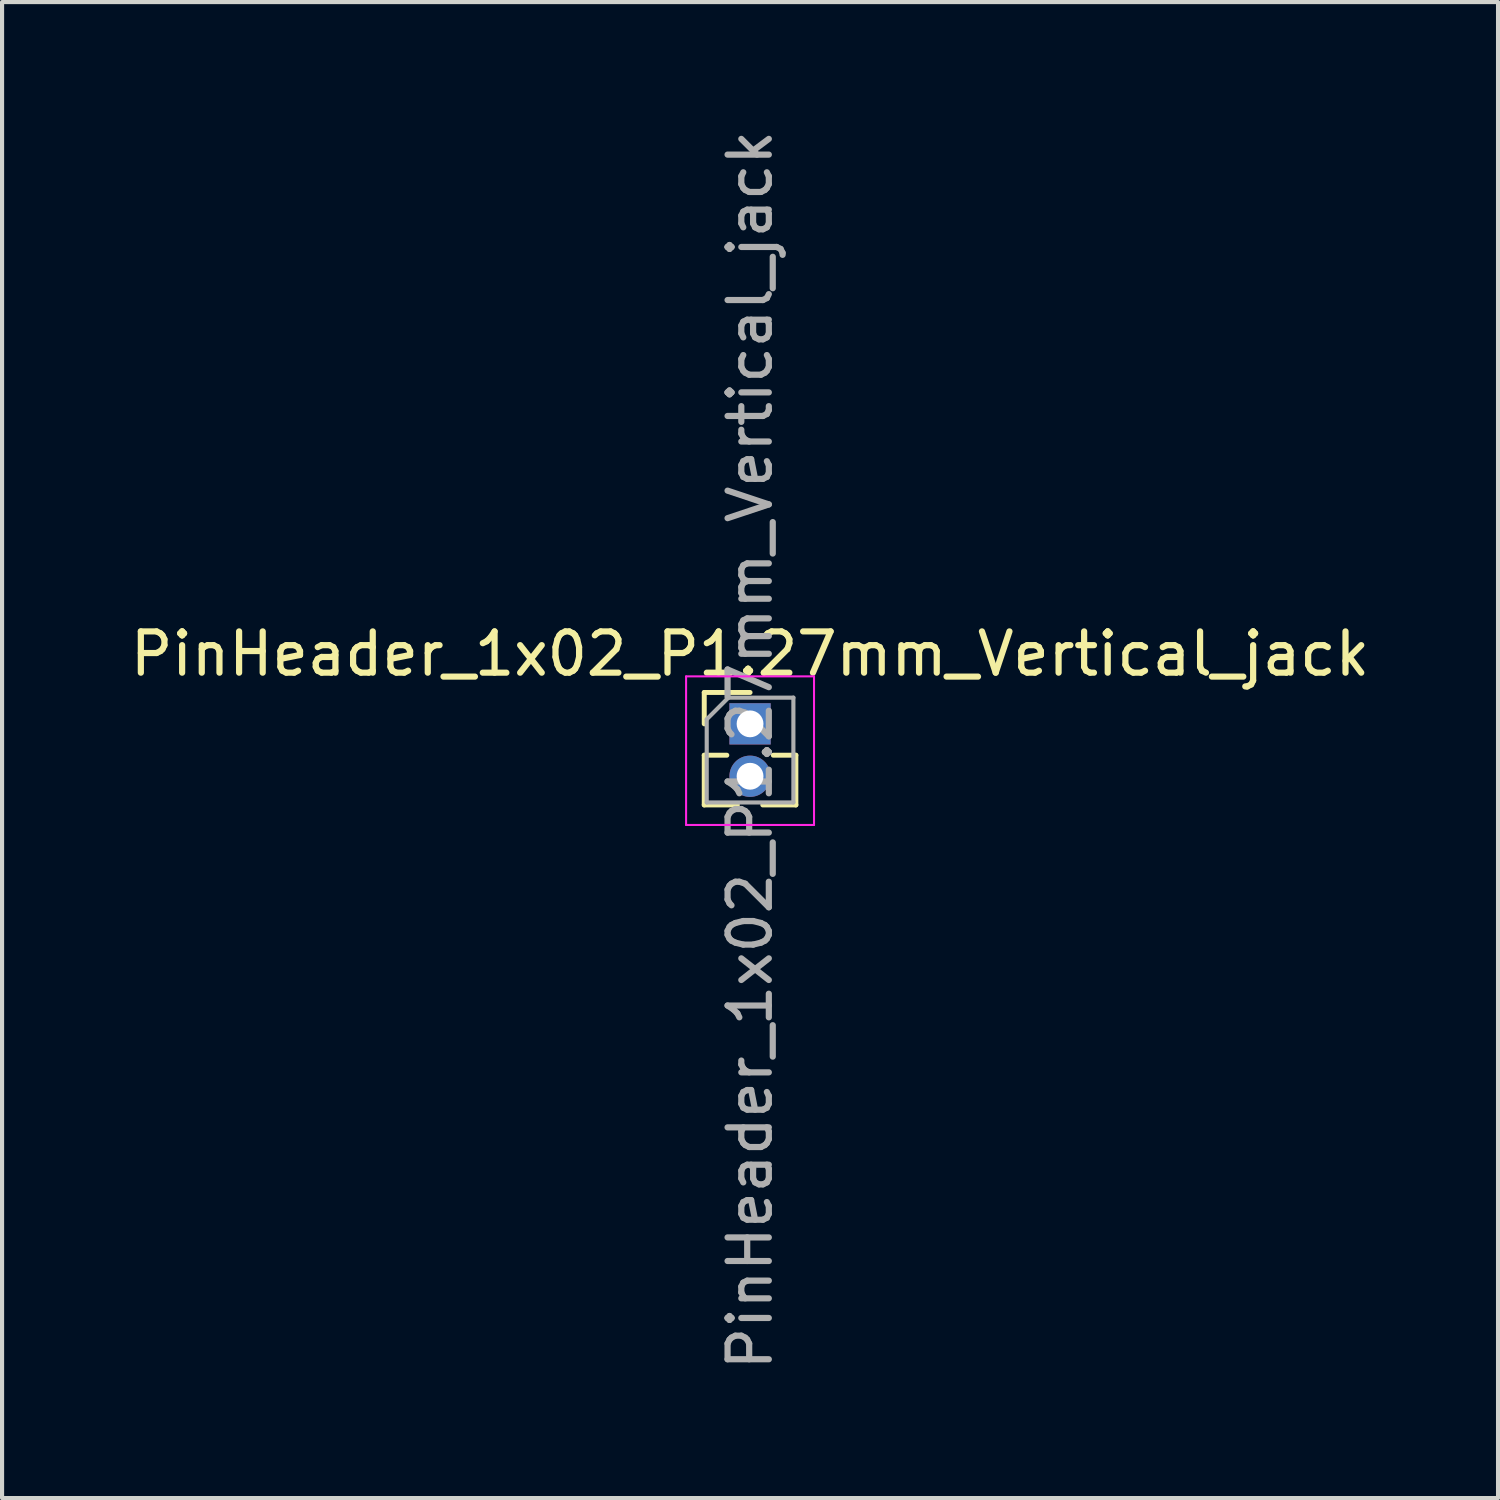
<source format=kicad_pcb>
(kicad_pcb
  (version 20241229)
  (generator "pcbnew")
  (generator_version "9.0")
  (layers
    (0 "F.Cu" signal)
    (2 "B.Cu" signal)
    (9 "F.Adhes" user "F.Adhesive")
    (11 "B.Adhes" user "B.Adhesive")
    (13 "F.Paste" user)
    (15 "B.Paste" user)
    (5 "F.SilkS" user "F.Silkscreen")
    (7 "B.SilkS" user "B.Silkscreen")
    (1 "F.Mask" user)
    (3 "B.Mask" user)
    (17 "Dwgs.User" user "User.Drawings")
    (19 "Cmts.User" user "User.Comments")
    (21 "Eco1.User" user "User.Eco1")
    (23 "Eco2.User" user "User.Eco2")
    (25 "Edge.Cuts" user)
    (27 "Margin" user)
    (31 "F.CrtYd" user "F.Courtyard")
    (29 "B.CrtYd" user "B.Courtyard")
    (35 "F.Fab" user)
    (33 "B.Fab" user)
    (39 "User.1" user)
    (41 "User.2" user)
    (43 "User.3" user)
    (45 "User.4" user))
  (footprint "PinHeader_1x02_P1.27mm_Vertical_jack"
    (layer "F.Cu")
    (at 15.125 14.49)
    (property "Reference" "PinHeader_1x02_P1.27mm_Vertical_jack" (at 0 -1.695 0) (layer "F.SilkS") (effects (font (size 1 1) (thickness 0.15))))
    (attr through_hole)
    (fp_line (start -1.11 -0.76) (end 0 -0.76) (stroke (width 0.12) (type solid)) (layer "F.SilkS"))
    (fp_line (start -1.11 0) (end -1.11 -0.76) (stroke (width 0.12) (type solid)) (layer "F.SilkS"))
    (fp_line (start -1.11 0.76) (end -1.11 1.965) (stroke (width 0.12) (type solid)) (layer "F.SilkS"))
    (fp_line (start -1.11 0.76) (end -0.563 0.76) (stroke (width 0.12) (type solid)) (layer "F.SilkS"))
    (fp_line (start -1.11 1.965) (end -0.308 1.965) (stroke (width 0.12) (type solid)) (layer "F.SilkS"))
    (fp_line (start 0.308 1.965) (end 1.11 1.965) (stroke (width 0.12) (type solid)) (layer "F.SilkS"))
    (fp_line (start 0.563 0.76) (end 1.11 0.76) (stroke (width 0.12) (type solid)) (layer "F.SilkS"))
    (fp_line (start 1.11 0.76) (end 1.11 1.965) (stroke (width 0.12) (type solid)) (layer "F.SilkS"))
    (fp_line (start -1.55 -1.15) (end -1.55 2.45) (stroke (width 0.05) (type solid)) (layer "F.CrtYd"))
    (fp_line (start -1.55 2.45) (end 1.55 2.45) (stroke (width 0.05) (type solid)) (layer "F.CrtYd"))
    (fp_line (start 1.55 -1.15) (end -1.55 -1.15) (stroke (width 0.05) (type solid)) (layer "F.CrtYd"))
    (fp_line (start 1.55 2.45) (end 1.55 -1.15) (stroke (width 0.05) (type solid)) (layer "F.CrtYd"))
    (fp_line (start -1.05 -0.11) (end -0.525 -0.635) (stroke (width 0.1) (type solid)) (layer "F.Fab"))
    (fp_line (start -1.05 1.905) (end -1.05 -0.11) (stroke (width 0.1) (type solid)) (layer "F.Fab"))
    (fp_line (start -0.525 -0.635) (end 1.05 -0.635) (stroke (width 0.1) (type solid)) (layer "F.Fab"))
    (fp_line (start 1.05 -0.635) (end 1.05 1.905) (stroke (width 0.1) (type solid)) (layer "F.Fab"))
    (fp_line (start 1.05 1.905) (end -1.05 1.905) (stroke (width 0.1) (type solid)) (layer "F.Fab"))
    (fp_text user "${REFERENCE}" (at 0 0.635 90) (layer "F.Fab") (effects (font (size 1 1) (thickness 0.15))))
    (pad "S" thru_hole oval (at 0 1.27) (size 1 1) (drill 0.65) (layers "*.Cu" "*.Mask"))
    (pad "T" thru_hole rect (at 0 0) (size 1 1) (drill 0.65) (layers "*.Cu" "*.Mask")))
  (gr_rect
    (start -3 -3)
    (end 33.25 33.25)
    (stroke (width 0.1) (type default))
    (fill no)
    (layer "Edge.Cuts")))
</source>
